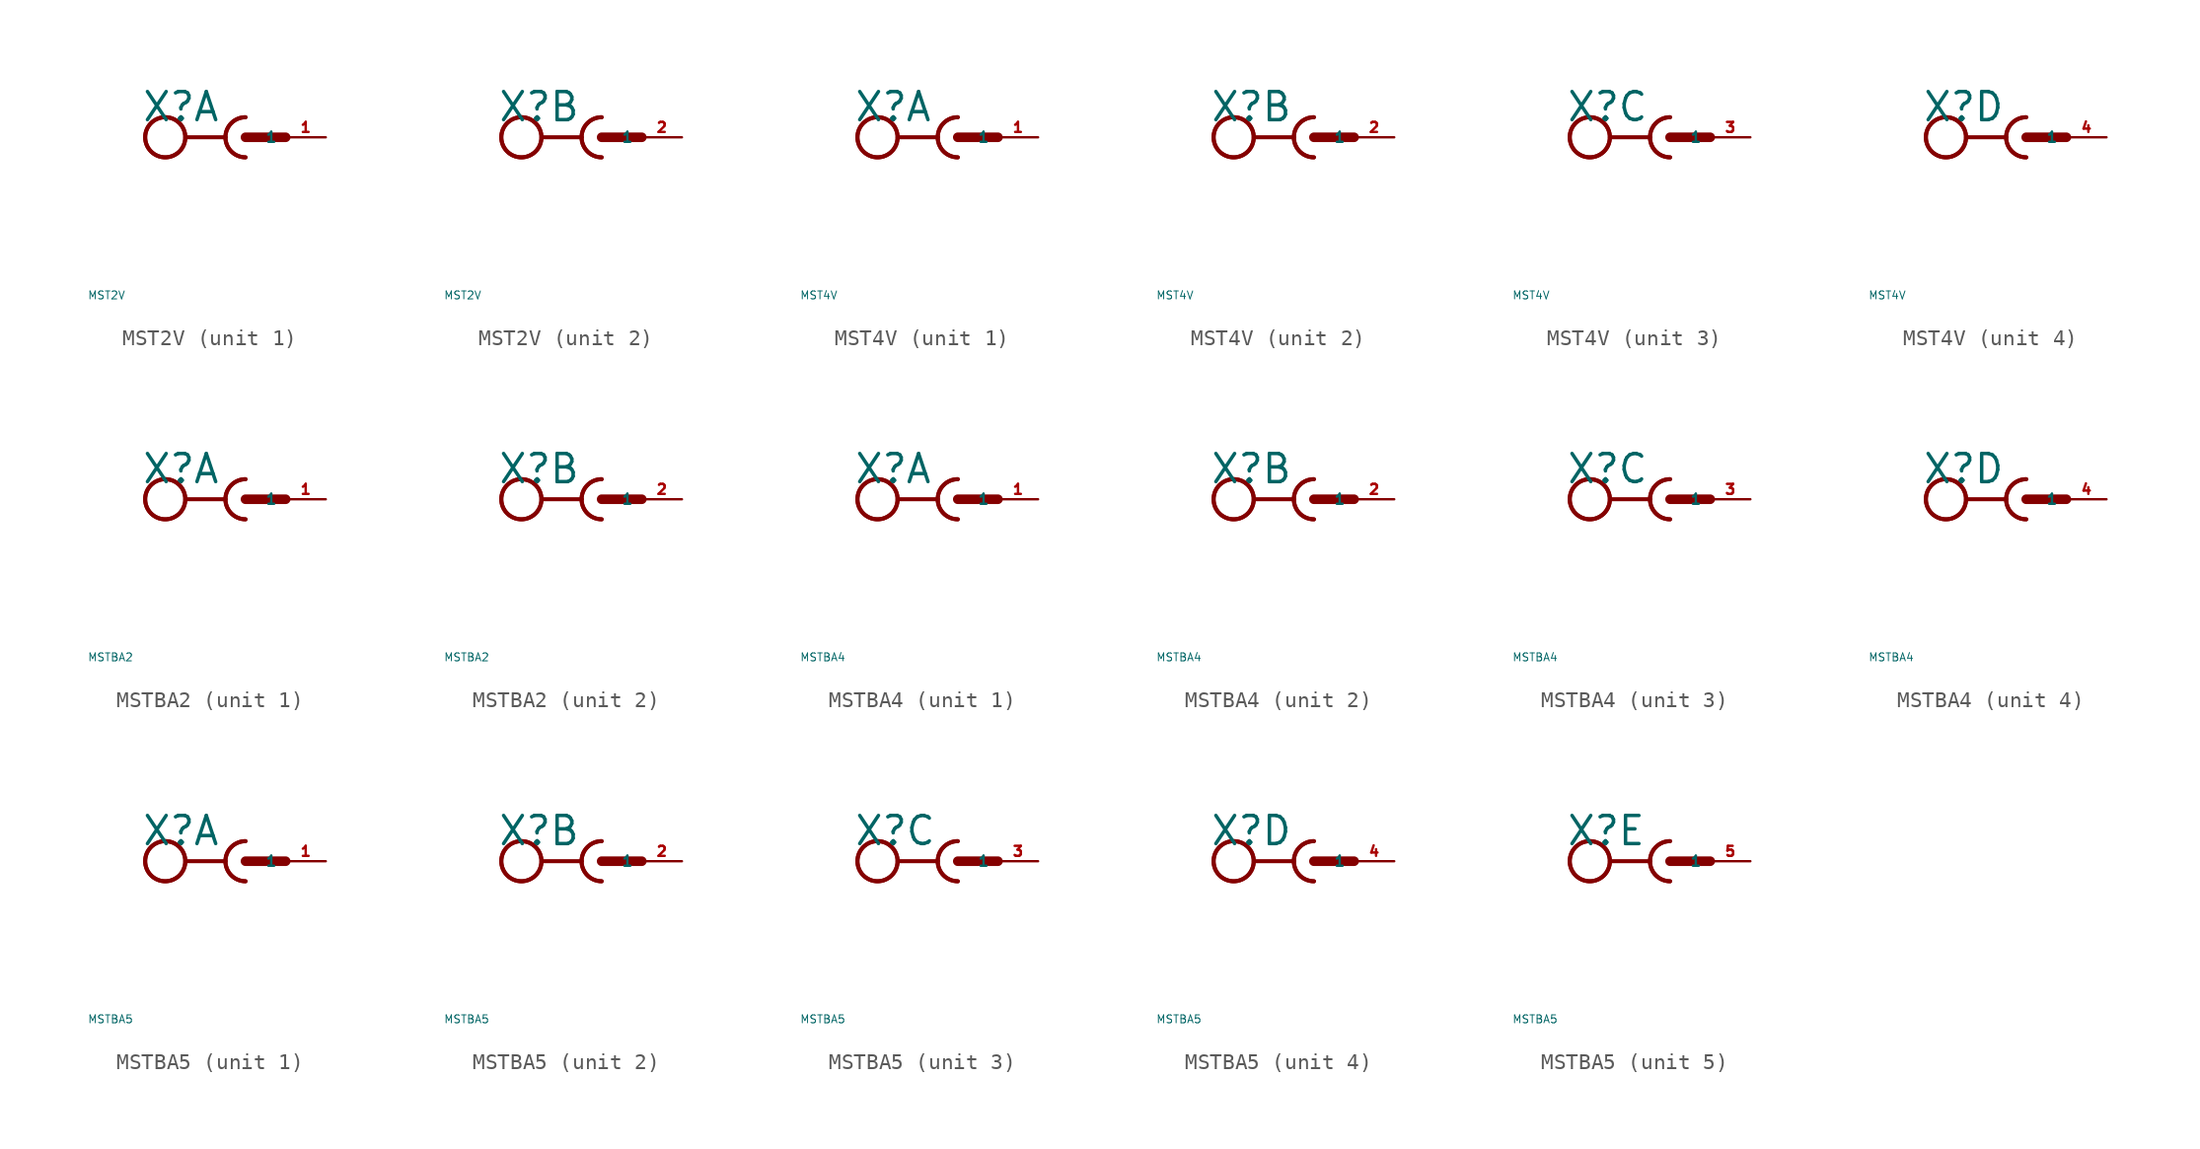
<source format=kicad_sym>
(kicad_symbol_lib
  (version 20220914)
  (generator Eagle2Kicad)
  (symbol "MST2V"
    (property "Reference" "X"
      (at -6.604 0.889 0)
      (effects (font (size 1.778 1.778) (thickness 0.22)) (justify left bottom)))
    (property "Value" "MST2V"
      (at -10 -10 0)
      (effects (font (size 0.5 0.5) (thickness 0.06)) (justify left)))
    (symbol "MST2V_1_0"
      (arc (start -1.27 0) (mid -0.898 -0.898) (end 0 -1.27) (stroke (width 0.254) (type default)) (fill (type none)))
      (arc (start 0 1.27) (mid -0.898 0.898) (end -1.27 0) (stroke (width 0.254) (type default)) (fill (type none)))
      (polyline (pts (xy -3.81 0) (xy -1.27 0)) (stroke (width 0.254) (type default)) (fill (type none)))
      (arc (start 0 1.27) (mid -1.270 0.000) (end 0 -1.27) (stroke (width 0.254) (type default)) (fill (type none)))
      (polyline (pts (xy 0 0) (xy 2.54 0)) (stroke (width 0.61) (type default)) (fill (type none)))
      (circle (center -5.08 0) (radius 1.27) (stroke (width 0.254) (type default)) (fill (type none)))
      (circle (center -5.08 0) (radius 1.27) (stroke (width 0.254) (type default)) (fill (type none)))
      (pin passive line (at 5.08 0 180) (length 2.54) (name "1" (effects (font (size 0.635 0.635) (thickness 0.08)) (justify left bottom))) (number "1" (effects (font (size 0.635 0.635) (thickness 0.08)) (justify left bottom)))))
    (symbol "MST2V_2_0"
      (arc (start -1.27 0) (mid -0.898 -0.898) (end 0 -1.27) (stroke (width 0.254) (type default)) (fill (type none)))
      (arc (start 0 1.27) (mid -0.898 0.898) (end -1.27 0) (stroke (width 0.254) (type default)) (fill (type none)))
      (polyline (pts (xy -3.81 0) (xy -1.27 0)) (stroke (width 0.254) (type default)) (fill (type none)))
      (arc (start 0 1.27) (mid -1.270 0.000) (end 0 -1.27) (stroke (width 0.254) (type default)) (fill (type none)))
      (polyline (pts (xy 0 0) (xy 2.54 0)) (stroke (width 0.61) (type default)) (fill (type none)))
      (circle (center -5.08 0) (radius 1.27) (stroke (width 0.254) (type default)) (fill (type none)))
      (circle (center -5.08 0) (radius 1.27) (stroke (width 0.254) (type default)) (fill (type none)))
      (pin passive line (at 5.08 0 180) (length 2.54) (name "1" (effects (font (size 0.635 0.635) (thickness 0.08)) (justify left bottom))) (number "2" (effects (font (size 0.635 0.635) (thickness 0.08)) (justify left bottom))))))
  (symbol "MST4V"
    (property "Reference" "X"
      (at -6.604 0.889 0)
      (effects (font (size 1.778 1.778) (thickness 0.22)) (justify left bottom)))
    (property "Value" "MST4V"
      (at -10 -10 0)
      (effects (font (size 0.5 0.5) (thickness 0.06)) (justify left)))
    (symbol "MST4V_1_0"
      (arc (start -1.27 0) (mid -0.898 -0.898) (end 0 -1.27) (stroke (width 0.254) (type default)) (fill (type none)))
      (arc (start 0 1.27) (mid -0.898 0.898) (end -1.27 0) (stroke (width 0.254) (type default)) (fill (type none)))
      (polyline (pts (xy -3.81 0) (xy -1.27 0)) (stroke (width 0.254) (type default)) (fill (type none)))
      (arc (start 0 1.27) (mid -1.270 0.000) (end 0 -1.27) (stroke (width 0.254) (type default)) (fill (type none)))
      (polyline (pts (xy 0 0) (xy 2.54 0)) (stroke (width 0.61) (type default)) (fill (type none)))
      (circle (center -5.08 0) (radius 1.27) (stroke (width 0.254) (type default)) (fill (type none)))
      (circle (center -5.08 0) (radius 1.27) (stroke (width 0.254) (type default)) (fill (type none)))
      (pin passive line (at 5.08 0 180) (length 2.54) (name "1" (effects (font (size 0.635 0.635) (thickness 0.08)) (justify left bottom))) (number "1" (effects (font (size 0.635 0.635) (thickness 0.08)) (justify left bottom)))))
    (symbol "MST4V_2_0"
      (arc (start -1.27 0) (mid -0.898 -0.898) (end 0 -1.27) (stroke (width 0.254) (type default)) (fill (type none)))
      (arc (start 0 1.27) (mid -0.898 0.898) (end -1.27 0) (stroke (width 0.254) (type default)) (fill (type none)))
      (polyline (pts (xy -3.81 0) (xy -1.27 0)) (stroke (width 0.254) (type default)) (fill (type none)))
      (arc (start 0 1.27) (mid -1.270 0.000) (end 0 -1.27) (stroke (width 0.254) (type default)) (fill (type none)))
      (polyline (pts (xy 0 0) (xy 2.54 0)) (stroke (width 0.61) (type default)) (fill (type none)))
      (circle (center -5.08 0) (radius 1.27) (stroke (width 0.254) (type default)) (fill (type none)))
      (circle (center -5.08 0) (radius 1.27) (stroke (width 0.254) (type default)) (fill (type none)))
      (pin passive line (at 5.08 0 180) (length 2.54) (name "1" (effects (font (size 0.635 0.635) (thickness 0.08)) (justify left bottom))) (number "2" (effects (font (size 0.635 0.635) (thickness 0.08)) (justify left bottom)))))
    (symbol "MST4V_3_0"
      (arc (start -1.27 0) (mid -0.898 -0.898) (end 0 -1.27) (stroke (width 0.254) (type default)) (fill (type none)))
      (arc (start 0 1.27) (mid -0.898 0.898) (end -1.27 0) (stroke (width 0.254) (type default)) (fill (type none)))
      (polyline (pts (xy -3.81 0) (xy -1.27 0)) (stroke (width 0.254) (type default)) (fill (type none)))
      (arc (start 0 1.27) (mid -1.270 0.000) (end 0 -1.27) (stroke (width 0.254) (type default)) (fill (type none)))
      (polyline (pts (xy 0 0) (xy 2.54 0)) (stroke (width 0.61) (type default)) (fill (type none)))
      (circle (center -5.08 0) (radius 1.27) (stroke (width 0.254) (type default)) (fill (type none)))
      (circle (center -5.08 0) (radius 1.27) (stroke (width 0.254) (type default)) (fill (type none)))
      (pin passive line (at 5.08 0 180) (length 2.54) (name "1" (effects (font (size 0.635 0.635) (thickness 0.08)) (justify left bottom))) (number "3" (effects (font (size 0.635 0.635) (thickness 0.08)) (justify left bottom)))))
    (symbol "MST4V_4_0"
      (arc (start -1.27 0) (mid -0.898 -0.898) (end 0 -1.27) (stroke (width 0.254) (type default)) (fill (type none)))
      (arc (start 0 1.27) (mid -0.898 0.898) (end -1.27 0) (stroke (width 0.254) (type default)) (fill (type none)))
      (polyline (pts (xy -3.81 0) (xy -1.27 0)) (stroke (width 0.254) (type default)) (fill (type none)))
      (arc (start 0 1.27) (mid -1.270 0.000) (end 0 -1.27) (stroke (width 0.254) (type default)) (fill (type none)))
      (polyline (pts (xy 0 0) (xy 2.54 0)) (stroke (width 0.61) (type default)) (fill (type none)))
      (circle (center -5.08 0) (radius 1.27) (stroke (width 0.254) (type default)) (fill (type none)))
      (circle (center -5.08 0) (radius 1.27) (stroke (width 0.254) (type default)) (fill (type none)))
      (pin passive line (at 5.08 0 180) (length 2.54) (name "1" (effects (font (size 0.635 0.635) (thickness 0.08)) (justify left bottom))) (number "4" (effects (font (size 0.635 0.635) (thickness 0.08)) (justify left bottom))))))
  (symbol "MSTBA2"
    (property "Reference" "X"
      (at -6.604 0.889 0)
      (effects (font (size 1.778 1.778) (thickness 0.22)) (justify left bottom)))
    (property "Value" "MSTBA2"
      (at -10 -10 0)
      (effects (font (size 0.5 0.5) (thickness 0.06)) (justify left)))
    (symbol "MSTBA2_1_0"
      (arc (start -1.27 0) (mid -0.898 -0.898) (end 0 -1.27) (stroke (width 0.254) (type default)) (fill (type none)))
      (arc (start 0 1.27) (mid -0.898 0.898) (end -1.27 0) (stroke (width 0.254) (type default)) (fill (type none)))
      (polyline (pts (xy -3.81 0) (xy -1.27 0)) (stroke (width 0.254) (type default)) (fill (type none)))
      (arc (start 0 1.27) (mid -1.270 0.000) (end 0 -1.27) (stroke (width 0.254) (type default)) (fill (type none)))
      (polyline (pts (xy 0 0) (xy 2.54 0)) (stroke (width 0.61) (type default)) (fill (type none)))
      (circle (center -5.08 0) (radius 1.27) (stroke (width 0.254) (type default)) (fill (type none)))
      (circle (center -5.08 0) (radius 1.27) (stroke (width 0.254) (type default)) (fill (type none)))
      (pin passive line (at 5.08 0 180) (length 2.54) (name "1" (effects (font (size 0.635 0.635) (thickness 0.08)) (justify left bottom))) (number "1" (effects (font (size 0.635 0.635) (thickness 0.08)) (justify left bottom)))))
    (symbol "MSTBA2_2_0"
      (arc (start -1.27 0) (mid -0.898 -0.898) (end 0 -1.27) (stroke (width 0.254) (type default)) (fill (type none)))
      (arc (start 0 1.27) (mid -0.898 0.898) (end -1.27 0) (stroke (width 0.254) (type default)) (fill (type none)))
      (polyline (pts (xy -3.81 0) (xy -1.27 0)) (stroke (width 0.254) (type default)) (fill (type none)))
      (arc (start 0 1.27) (mid -1.270 0.000) (end 0 -1.27) (stroke (width 0.254) (type default)) (fill (type none)))
      (polyline (pts (xy 0 0) (xy 2.54 0)) (stroke (width 0.61) (type default)) (fill (type none)))
      (circle (center -5.08 0) (radius 1.27) (stroke (width 0.254) (type default)) (fill (type none)))
      (circle (center -5.08 0) (radius 1.27) (stroke (width 0.254) (type default)) (fill (type none)))
      (pin passive line (at 5.08 0 180) (length 2.54) (name "1" (effects (font (size 0.635 0.635) (thickness 0.08)) (justify left bottom))) (number "2" (effects (font (size 0.635 0.635) (thickness 0.08)) (justify left bottom))))))
  (symbol "MSTBA4"
    (property "Reference" "X"
      (at -6.604 0.889 0)
      (effects (font (size 1.778 1.778) (thickness 0.22)) (justify left bottom)))
    (property "Value" "MSTBA4"
      (at -10 -10 0)
      (effects (font (size 0.5 0.5) (thickness 0.06)) (justify left)))
    (symbol "MSTBA4_1_0"
      (arc (start -1.27 0) (mid -0.898 -0.898) (end 0 -1.27) (stroke (width 0.254) (type default)) (fill (type none)))
      (arc (start 0 1.27) (mid -0.898 0.898) (end -1.27 0) (stroke (width 0.254) (type default)) (fill (type none)))
      (polyline (pts (xy -3.81 0) (xy -1.27 0)) (stroke (width 0.254) (type default)) (fill (type none)))
      (arc (start 0 1.27) (mid -1.270 0.000) (end 0 -1.27) (stroke (width 0.254) (type default)) (fill (type none)))
      (polyline (pts (xy 0 0) (xy 2.54 0)) (stroke (width 0.61) (type default)) (fill (type none)))
      (circle (center -5.08 0) (radius 1.27) (stroke (width 0.254) (type default)) (fill (type none)))
      (circle (center -5.08 0) (radius 1.27) (stroke (width 0.254) (type default)) (fill (type none)))
      (pin passive line (at 5.08 0 180) (length 2.54) (name "1" (effects (font (size 0.635 0.635) (thickness 0.08)) (justify left bottom))) (number "1" (effects (font (size 0.635 0.635) (thickness 0.08)) (justify left bottom)))))
    (symbol "MSTBA4_2_0"
      (arc (start -1.27 0) (mid -0.898 -0.898) (end 0 -1.27) (stroke (width 0.254) (type default)) (fill (type none)))
      (arc (start 0 1.27) (mid -0.898 0.898) (end -1.27 0) (stroke (width 0.254) (type default)) (fill (type none)))
      (polyline (pts (xy -3.81 0) (xy -1.27 0)) (stroke (width 0.254) (type default)) (fill (type none)))
      (arc (start 0 1.27) (mid -1.270 0.000) (end 0 -1.27) (stroke (width 0.254) (type default)) (fill (type none)))
      (polyline (pts (xy 0 0) (xy 2.54 0)) (stroke (width 0.61) (type default)) (fill (type none)))
      (circle (center -5.08 0) (radius 1.27) (stroke (width 0.254) (type default)) (fill (type none)))
      (circle (center -5.08 0) (radius 1.27) (stroke (width 0.254) (type default)) (fill (type none)))
      (pin passive line (at 5.08 0 180) (length 2.54) (name "1" (effects (font (size 0.635 0.635) (thickness 0.08)) (justify left bottom))) (number "2" (effects (font (size 0.635 0.635) (thickness 0.08)) (justify left bottom)))))
    (symbol "MSTBA4_3_0"
      (arc (start -1.27 0) (mid -0.898 -0.898) (end 0 -1.27) (stroke (width 0.254) (type default)) (fill (type none)))
      (arc (start 0 1.27) (mid -0.898 0.898) (end -1.27 0) (stroke (width 0.254) (type default)) (fill (type none)))
      (polyline (pts (xy -3.81 0) (xy -1.27 0)) (stroke (width 0.254) (type default)) (fill (type none)))
      (arc (start 0 1.27) (mid -1.270 0.000) (end 0 -1.27) (stroke (width 0.254) (type default)) (fill (type none)))
      (polyline (pts (xy 0 0) (xy 2.54 0)) (stroke (width 0.61) (type default)) (fill (type none)))
      (circle (center -5.08 0) (radius 1.27) (stroke (width 0.254) (type default)) (fill (type none)))
      (circle (center -5.08 0) (radius 1.27) (stroke (width 0.254) (type default)) (fill (type none)))
      (pin passive line (at 5.08 0 180) (length 2.54) (name "1" (effects (font (size 0.635 0.635) (thickness 0.08)) (justify left bottom))) (number "3" (effects (font (size 0.635 0.635) (thickness 0.08)) (justify left bottom)))))
    (symbol "MSTBA4_4_0"
      (arc (start -1.27 0) (mid -0.898 -0.898) (end 0 -1.27) (stroke (width 0.254) (type default)) (fill (type none)))
      (arc (start 0 1.27) (mid -0.898 0.898) (end -1.27 0) (stroke (width 0.254) (type default)) (fill (type none)))
      (polyline (pts (xy -3.81 0) (xy -1.27 0)) (stroke (width 0.254) (type default)) (fill (type none)))
      (arc (start 0 1.27) (mid -1.270 0.000) (end 0 -1.27) (stroke (width 0.254) (type default)) (fill (type none)))
      (polyline (pts (xy 0 0) (xy 2.54 0)) (stroke (width 0.61) (type default)) (fill (type none)))
      (circle (center -5.08 0) (radius 1.27) (stroke (width 0.254) (type default)) (fill (type none)))
      (circle (center -5.08 0) (radius 1.27) (stroke (width 0.254) (type default)) (fill (type none)))
      (pin passive line (at 5.08 0 180) (length 2.54) (name "1" (effects (font (size 0.635 0.635) (thickness 0.08)) (justify left bottom))) (number "4" (effects (font (size 0.635 0.635) (thickness 0.08)) (justify left bottom))))))
  (symbol "MSTBA5"
    (property "Reference" "X"
      (at -6.604 0.889 0)
      (effects (font (size 1.778 1.778) (thickness 0.22)) (justify left bottom)))
    (property "Value" "MSTBA5"
      (at -10 -10 0)
      (effects (font (size 0.5 0.5) (thickness 0.06)) (justify left)))
    (symbol "MSTBA5_1_0"
      (arc (start -1.27 0) (mid -0.898 -0.898) (end 0 -1.27) (stroke (width 0.254) (type default)) (fill (type none)))
      (arc (start 0 1.27) (mid -0.898 0.898) (end -1.27 0) (stroke (width 0.254) (type default)) (fill (type none)))
      (polyline (pts (xy -3.81 0) (xy -1.27 0)) (stroke (width 0.254) (type default)) (fill (type none)))
      (arc (start 0 1.27) (mid -1.270 0.000) (end 0 -1.27) (stroke (width 0.254) (type default)) (fill (type none)))
      (polyline (pts (xy 0 0) (xy 2.54 0)) (stroke (width 0.61) (type default)) (fill (type none)))
      (circle (center -5.08 0) (radius 1.27) (stroke (width 0.254) (type default)) (fill (type none)))
      (circle (center -5.08 0) (radius 1.27) (stroke (width 0.254) (type default)) (fill (type none)))
      (pin passive line (at 5.08 0 180) (length 2.54) (name "1" (effects (font (size 0.635 0.635) (thickness 0.08)) (justify left bottom))) (number "1" (effects (font (size 0.635 0.635) (thickness 0.08)) (justify left bottom)))))
    (symbol "MSTBA5_2_0"
      (arc (start -1.27 0) (mid -0.898 -0.898) (end 0 -1.27) (stroke (width 0.254) (type default)) (fill (type none)))
      (arc (start 0 1.27) (mid -0.898 0.898) (end -1.27 0) (stroke (width 0.254) (type default)) (fill (type none)))
      (polyline (pts (xy -3.81 0) (xy -1.27 0)) (stroke (width 0.254) (type default)) (fill (type none)))
      (arc (start 0 1.27) (mid -1.270 0.000) (end 0 -1.27) (stroke (width 0.254) (type default)) (fill (type none)))
      (polyline (pts (xy 0 0) (xy 2.54 0)) (stroke (width 0.61) (type default)) (fill (type none)))
      (circle (center -5.08 0) (radius 1.27) (stroke (width 0.254) (type default)) (fill (type none)))
      (circle (center -5.08 0) (radius 1.27) (stroke (width 0.254) (type default)) (fill (type none)))
      (pin passive line (at 5.08 0 180) (length 2.54) (name "1" (effects (font (size 0.635 0.635) (thickness 0.08)) (justify left bottom))) (number "2" (effects (font (size 0.635 0.635) (thickness 0.08)) (justify left bottom)))))
    (symbol "MSTBA5_3_0"
      (arc (start -1.27 0) (mid -0.898 -0.898) (end 0 -1.27) (stroke (width 0.254) (type default)) (fill (type none)))
      (arc (start 0 1.27) (mid -0.898 0.898) (end -1.27 0) (stroke (width 0.254) (type default)) (fill (type none)))
      (polyline (pts (xy -3.81 0) (xy -1.27 0)) (stroke (width 0.254) (type default)) (fill (type none)))
      (arc (start 0 1.27) (mid -1.270 0.000) (end 0 -1.27) (stroke (width 0.254) (type default)) (fill (type none)))
      (polyline (pts (xy 0 0) (xy 2.54 0)) (stroke (width 0.61) (type default)) (fill (type none)))
      (circle (center -5.08 0) (radius 1.27) (stroke (width 0.254) (type default)) (fill (type none)))
      (circle (center -5.08 0) (radius 1.27) (stroke (width 0.254) (type default)) (fill (type none)))
      (pin passive line (at 5.08 0 180) (length 2.54) (name "1" (effects (font (size 0.635 0.635) (thickness 0.08)) (justify left bottom))) (number "3" (effects (font (size 0.635 0.635) (thickness 0.08)) (justify left bottom)))))
    (symbol "MSTBA5_4_0"
      (arc (start -1.27 0) (mid -0.898 -0.898) (end 0 -1.27) (stroke (width 0.254) (type default)) (fill (type none)))
      (arc (start 0 1.27) (mid -0.898 0.898) (end -1.27 0) (stroke (width 0.254) (type default)) (fill (type none)))
      (polyline (pts (xy -3.81 0) (xy -1.27 0)) (stroke (width 0.254) (type default)) (fill (type none)))
      (arc (start 0 1.27) (mid -1.270 0.000) (end 0 -1.27) (stroke (width 0.254) (type default)) (fill (type none)))
      (polyline (pts (xy 0 0) (xy 2.54 0)) (stroke (width 0.61) (type default)) (fill (type none)))
      (circle (center -5.08 0) (radius 1.27) (stroke (width 0.254) (type default)) (fill (type none)))
      (circle (center -5.08 0) (radius 1.27) (stroke (width 0.254) (type default)) (fill (type none)))
      (pin passive line (at 5.08 0 180) (length 2.54) (name "1" (effects (font (size 0.635 0.635) (thickness 0.08)) (justify left bottom))) (number "4" (effects (font (size 0.635 0.635) (thickness 0.08)) (justify left bottom)))))
    (symbol "MSTBA5_5_0"
      (arc (start -1.27 0) (mid -0.898 -0.898) (end 0 -1.27) (stroke (width 0.254) (type default)) (fill (type none)))
      (arc (start 0 1.27) (mid -0.898 0.898) (end -1.27 0) (stroke (width 0.254) (type default)) (fill (type none)))
      (polyline (pts (xy -3.81 0) (xy -1.27 0)) (stroke (width 0.254) (type default)) (fill (type none)))
      (arc (start 0 1.27) (mid -1.270 0.000) (end 0 -1.27) (stroke (width 0.254) (type default)) (fill (type none)))
      (polyline (pts (xy 0 0) (xy 2.54 0)) (stroke (width 0.61) (type default)) (fill (type none)))
      (circle (center -5.08 0) (radius 1.27) (stroke (width 0.254) (type default)) (fill (type none)))
      (circle (center -5.08 0) (radius 1.27) (stroke (width 0.254) (type default)) (fill (type none)))
      (pin passive line (at 5.08 0 180) (length 2.54) (name "1" (effects (font (size 0.635 0.635) (thickness 0.08)) (justify left bottom))) (number "5" (effects (font (size 0.635 0.635) (thickness 0.08)) (justify left bottom)))))))
</source>
